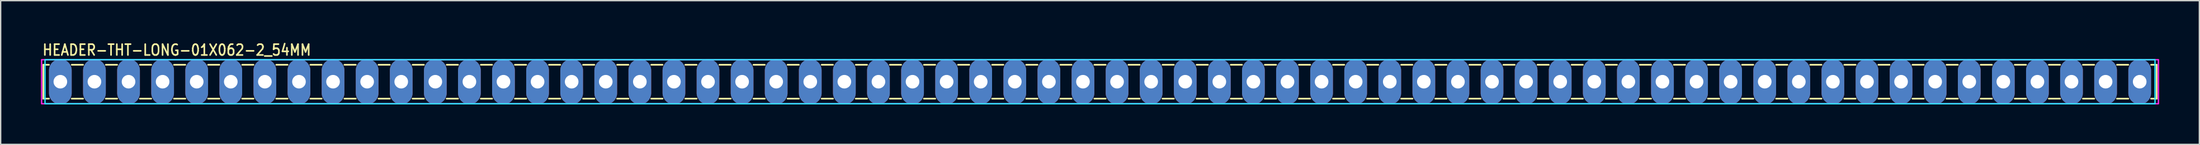
<source format=kicad_pcb>
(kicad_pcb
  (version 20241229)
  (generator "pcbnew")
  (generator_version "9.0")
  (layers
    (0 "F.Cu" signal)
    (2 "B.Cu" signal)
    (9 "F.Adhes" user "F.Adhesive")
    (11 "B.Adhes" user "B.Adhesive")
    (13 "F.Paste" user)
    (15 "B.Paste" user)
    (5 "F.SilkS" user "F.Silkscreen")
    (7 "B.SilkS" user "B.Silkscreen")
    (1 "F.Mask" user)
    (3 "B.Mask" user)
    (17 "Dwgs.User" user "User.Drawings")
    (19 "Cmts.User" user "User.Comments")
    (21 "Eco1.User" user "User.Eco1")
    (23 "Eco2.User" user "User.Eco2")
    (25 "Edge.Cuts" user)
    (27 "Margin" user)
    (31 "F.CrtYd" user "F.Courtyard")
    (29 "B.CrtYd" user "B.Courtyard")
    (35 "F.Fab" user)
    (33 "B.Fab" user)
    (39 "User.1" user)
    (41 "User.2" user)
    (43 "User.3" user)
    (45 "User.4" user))
  (footprint "HEADER-THT-LONG-01X062-2_54MM"
    (layer "F.Cu")
    (at 1.447 3.079)
    (property "Reference" "HEADER-THT-LONG-01X062-2_54MM" (at -1.4 -1.9 0) (unlocked yes) (layer "F.SilkS") (effects (font (size 0.813 0.695) (thickness 0.122)) (justify left bottom)))
    (fp_line (start -1.27 -1.27) (end -1.27 1.27) (stroke (width 0.127) (type solid)) (layer "F.SilkS"))
    (fp_line (start -1.27 1.27) (end -0.85 1.27) (stroke (width 0.127) (type solid)) (layer "F.SilkS"))
    (fp_line (start -0.85 -1.27) (end -1.27 -1.27) (stroke (width 0.127) (type solid)) (layer "F.SilkS"))
    (fp_line (start 0.85 -1.27) (end 1.69 -1.27) (stroke (width 0.127) (type solid)) (layer "F.SilkS"))
    (fp_line (start 0.85 1.27) (end 1.69 1.27) (stroke (width 0.127) (type solid)) (layer "F.SilkS"))
    (fp_line (start 3.39 -1.27) (end 4.23 -1.27) (stroke (width 0.127) (type solid)) (layer "F.SilkS"))
    (fp_line (start 3.39 1.27) (end 4.23 1.27) (stroke (width 0.127) (type solid)) (layer "F.SilkS"))
    (fp_line (start 5.93 -1.27) (end 6.77 -1.27) (stroke (width 0.127) (type solid)) (layer "F.SilkS"))
    (fp_line (start 5.93 1.27) (end 6.77 1.27) (stroke (width 0.127) (type solid)) (layer "F.SilkS"))
    (fp_line (start 8.47 -1.27) (end 9.31 -1.27) (stroke (width 0.127) (type solid)) (layer "F.SilkS"))
    (fp_line (start 8.47 1.27) (end 9.31 1.27) (stroke (width 0.127) (type solid)) (layer "F.SilkS"))
    (fp_line (start 11.01 -1.27) (end 11.85 -1.27) (stroke (width 0.127) (type solid)) (layer "F.SilkS"))
    (fp_line (start 11.01 1.27) (end 11.85 1.27) (stroke (width 0.127) (type solid)) (layer "F.SilkS"))
    (fp_line (start 13.55 -1.27) (end 14.39 -1.27) (stroke (width 0.127) (type solid)) (layer "F.SilkS"))
    (fp_line (start 13.55 1.27) (end 14.39 1.27) (stroke (width 0.127) (type solid)) (layer "F.SilkS"))
    (fp_line (start 16.09 -1.27) (end 16.93 -1.27) (stroke (width 0.127) (type solid)) (layer "F.SilkS"))
    (fp_line (start 16.09 1.27) (end 16.93 1.27) (stroke (width 0.127) (type solid)) (layer "F.SilkS"))
    (fp_line (start 18.63 -1.27) (end 19.47 -1.27) (stroke (width 0.127) (type solid)) (layer "F.SilkS"))
    (fp_line (start 18.63 1.27) (end 19.47 1.27) (stroke (width 0.127) (type solid)) (layer "F.SilkS"))
    (fp_line (start 21.17 -1.27) (end 22.01 -1.27) (stroke (width 0.127) (type solid)) (layer "F.SilkS"))
    (fp_line (start 21.17 1.27) (end 22.01 1.27) (stroke (width 0.127) (type solid)) (layer "F.SilkS"))
    (fp_line (start 23.71 -1.27) (end 24.55 -1.27) (stroke (width 0.127) (type solid)) (layer "F.SilkS"))
    (fp_line (start 23.71 1.27) (end 24.55 1.27) (stroke (width 0.127) (type solid)) (layer "F.SilkS"))
    (fp_line (start 26.25 -1.27) (end 27.09 -1.27) (stroke (width 0.127) (type solid)) (layer "F.SilkS"))
    (fp_line (start 26.25 1.27) (end 27.09 1.27) (stroke (width 0.127) (type solid)) (layer "F.SilkS"))
    (fp_line (start 28.79 -1.27) (end 29.63 -1.27) (stroke (width 0.127) (type solid)) (layer "F.SilkS"))
    (fp_line (start 28.79 1.27) (end 29.63 1.27) (stroke (width 0.127) (type solid)) (layer "F.SilkS"))
    (fp_line (start 31.33 -1.27) (end 32.17 -1.27) (stroke (width 0.127) (type solid)) (layer "F.SilkS"))
    (fp_line (start 31.33 1.27) (end 32.17 1.27) (stroke (width 0.127) (type solid)) (layer "F.SilkS"))
    (fp_line (start 33.87 -1.27) (end 34.71 -1.27) (stroke (width 0.127) (type solid)) (layer "F.SilkS"))
    (fp_line (start 33.87 1.27) (end 34.71 1.27) (stroke (width 0.127) (type solid)) (layer "F.SilkS"))
    (fp_line (start 36.41 -1.27) (end 37.25 -1.27) (stroke (width 0.127) (type solid)) (layer "F.SilkS"))
    (fp_line (start 36.41 1.27) (end 37.25 1.27) (stroke (width 0.127) (type solid)) (layer "F.SilkS"))
    (fp_line (start 38.95 -1.27) (end 39.79 -1.27) (stroke (width 0.127) (type solid)) (layer "F.SilkS"))
    (fp_line (start 38.95 1.27) (end 39.79 1.27) (stroke (width 0.127) (type solid)) (layer "F.SilkS"))
    (fp_line (start 41.49 -1.27) (end 42.33 -1.27) (stroke (width 0.127) (type solid)) (layer "F.SilkS"))
    (fp_line (start 41.49 1.27) (end 42.33 1.27) (stroke (width 0.127) (type solid)) (layer "F.SilkS"))
    (fp_line (start 44.03 -1.27) (end 44.87 -1.27) (stroke (width 0.127) (type solid)) (layer "F.SilkS"))
    (fp_line (start 44.03 1.27) (end 44.87 1.27) (stroke (width 0.127) (type solid)) (layer "F.SilkS"))
    (fp_line (start 46.57 -1.27) (end 47.41 -1.27) (stroke (width 0.127) (type solid)) (layer "F.SilkS"))
    (fp_line (start 46.57 1.27) (end 47.41 1.27) (stroke (width 0.127) (type solid)) (layer "F.SilkS"))
    (fp_line (start 49.11 -1.27) (end 49.95 -1.27) (stroke (width 0.127) (type solid)) (layer "F.SilkS"))
    (fp_line (start 49.11 1.27) (end 49.95 1.27) (stroke (width 0.127) (type solid)) (layer "F.SilkS"))
    (fp_line (start 51.65 -1.27) (end 52.49 -1.27) (stroke (width 0.127) (type solid)) (layer "F.SilkS"))
    (fp_line (start 51.65 1.27) (end 52.49 1.27) (stroke (width 0.127) (type solid)) (layer "F.SilkS"))
    (fp_line (start 54.19 -1.27) (end 55.03 -1.27) (stroke (width 0.127) (type solid)) (layer "F.SilkS"))
    (fp_line (start 54.19 1.27) (end 55.03 1.27) (stroke (width 0.127) (type solid)) (layer "F.SilkS"))
    (fp_line (start 56.73 -1.27) (end 57.57 -1.27) (stroke (width 0.127) (type solid)) (layer "F.SilkS"))
    (fp_line (start 56.73 1.27) (end 57.57 1.27) (stroke (width 0.127) (type solid)) (layer "F.SilkS"))
    (fp_line (start 59.27 -1.27) (end 60.11 -1.27) (stroke (width 0.127) (type solid)) (layer "F.SilkS"))
    (fp_line (start 59.27 1.27) (end 60.11 1.27) (stroke (width 0.127) (type solid)) (layer "F.SilkS"))
    (fp_line (start 61.81 -1.27) (end 62.65 -1.27) (stroke (width 0.127) (type solid)) (layer "F.SilkS"))
    (fp_line (start 61.81 1.27) (end 62.65 1.27) (stroke (width 0.127) (type solid)) (layer "F.SilkS"))
    (fp_line (start 64.35 -1.27) (end 65.19 -1.27) (stroke (width 0.127) (type solid)) (layer "F.SilkS"))
    (fp_line (start 64.35 1.27) (end 65.19 1.27) (stroke (width 0.127) (type solid)) (layer "F.SilkS"))
    (fp_line (start 66.89 -1.27) (end 67.73 -1.27) (stroke (width 0.127) (type solid)) (layer "F.SilkS"))
    (fp_line (start 66.89 1.27) (end 67.73 1.27) (stroke (width 0.127) (type solid)) (layer "F.SilkS"))
    (fp_line (start 69.43 -1.27) (end 70.27 -1.27) (stroke (width 0.127) (type solid)) (layer "F.SilkS"))
    (fp_line (start 69.43 1.27) (end 70.27 1.27) (stroke (width 0.127) (type solid)) (layer "F.SilkS"))
    (fp_line (start 71.97 -1.27) (end 72.81 -1.27) (stroke (width 0.127) (type solid)) (layer "F.SilkS"))
    (fp_line (start 71.97 1.27) (end 72.81 1.27) (stroke (width 0.127) (type solid)) (layer "F.SilkS"))
    (fp_line (start 74.51 -1.27) (end 75.35 -1.27) (stroke (width 0.127) (type solid)) (layer "F.SilkS"))
    (fp_line (start 74.51 1.27) (end 75.35 1.27) (stroke (width 0.127) (type solid)) (layer "F.SilkS"))
    (fp_line (start 77.05 -1.27) (end 77.89 -1.27) (stroke (width 0.127) (type solid)) (layer "F.SilkS"))
    (fp_line (start 77.05 1.27) (end 77.89 1.27) (stroke (width 0.127) (type solid)) (layer "F.SilkS"))
    (fp_line (start 79.59 -1.27) (end 80.43 -1.27) (stroke (width 0.127) (type solid)) (layer "F.SilkS"))
    (fp_line (start 79.59 1.27) (end 80.43 1.27) (stroke (width 0.127) (type solid)) (layer "F.SilkS"))
    (fp_line (start 82.13 -1.27) (end 82.97 -1.27) (stroke (width 0.127) (type solid)) (layer "F.SilkS"))
    (fp_line (start 82.13 1.27) (end 82.97 1.27) (stroke (width 0.127) (type solid)) (layer "F.SilkS"))
    (fp_line (start 84.67 -1.27) (end 85.51 -1.27) (stroke (width 0.127) (type solid)) (layer "F.SilkS"))
    (fp_line (start 84.67 1.27) (end 85.51 1.27) (stroke (width 0.127) (type solid)) (layer "F.SilkS"))
    (fp_line (start 87.21 -1.27) (end 88.05 -1.27) (stroke (width 0.127) (type solid)) (layer "F.SilkS"))
    (fp_line (start 87.21 1.27) (end 88.05 1.27) (stroke (width 0.127) (type solid)) (layer "F.SilkS"))
    (fp_line (start 89.75 -1.27) (end 90.59 -1.27) (stroke (width 0.127) (type solid)) (layer "F.SilkS"))
    (fp_line (start 89.75 1.27) (end 90.59 1.27) (stroke (width 0.127) (type solid)) (layer "F.SilkS"))
    (fp_line (start 92.29 -1.27) (end 93.13 -1.27) (stroke (width 0.127) (type solid)) (layer "F.SilkS"))
    (fp_line (start 92.29 1.27) (end 93.13 1.27) (stroke (width 0.127) (type solid)) (layer "F.SilkS"))
    (fp_line (start 94.83 -1.27) (end 95.67 -1.27) (stroke (width 0.127) (type solid)) (layer "F.SilkS"))
    (fp_line (start 94.83 1.27) (end 95.67 1.27) (stroke (width 0.127) (type solid)) (layer "F.SilkS"))
    (fp_line (start 97.37 -1.27) (end 98.21 -1.27) (stroke (width 0.127) (type solid)) (layer "F.SilkS"))
    (fp_line (start 97.37 1.27) (end 98.21 1.27) (stroke (width 0.127) (type solid)) (layer "F.SilkS"))
    (fp_line (start 99.91 -1.27) (end 100.75 -1.27) (stroke (width 0.127) (type solid)) (layer "F.SilkS"))
    (fp_line (start 99.91 1.27) (end 100.75 1.27) (stroke (width 0.127) (type solid)) (layer "F.SilkS"))
    (fp_line (start 102.45 -1.27) (end 103.29 -1.27) (stroke (width 0.127) (type solid)) (layer "F.SilkS"))
    (fp_line (start 102.45 1.27) (end 103.29 1.27) (stroke (width 0.127) (type solid)) (layer "F.SilkS"))
    (fp_line (start 104.99 -1.27) (end 105.83 -1.27) (stroke (width 0.127) (type solid)) (layer "F.SilkS"))
    (fp_line (start 104.99 1.27) (end 105.83 1.27) (stroke (width 0.127) (type solid)) (layer "F.SilkS"))
    (fp_line (start 107.53 -1.27) (end 108.37 -1.27) (stroke (width 0.127) (type solid)) (layer "F.SilkS"))
    (fp_line (start 107.53 1.27) (end 108.37 1.27) (stroke (width 0.127) (type solid)) (layer "F.SilkS"))
    (fp_line (start 110.07 -1.27) (end 110.91 -1.27) (stroke (width 0.127) (type solid)) (layer "F.SilkS"))
    (fp_line (start 110.07 1.27) (end 110.91 1.27) (stroke (width 0.127) (type solid)) (layer "F.SilkS"))
    (fp_line (start 112.61 -1.27) (end 113.45 -1.27) (stroke (width 0.127) (type solid)) (layer "F.SilkS"))
    (fp_line (start 112.61 1.27) (end 113.45 1.27) (stroke (width 0.127) (type solid)) (layer "F.SilkS"))
    (fp_line (start 115.15 -1.27) (end 115.99 -1.27) (stroke (width 0.127) (type solid)) (layer "F.SilkS"))
    (fp_line (start 115.15 1.27) (end 115.99 1.27) (stroke (width 0.127) (type solid)) (layer "F.SilkS"))
    (fp_line (start 117.69 -1.27) (end 118.53 -1.27) (stroke (width 0.127) (type solid)) (layer "F.SilkS"))
    (fp_line (start 117.69 1.27) (end 118.53 1.27) (stroke (width 0.127) (type solid)) (layer "F.SilkS"))
    (fp_line (start 120.23 -1.27) (end 121.07 -1.27) (stroke (width 0.127) (type solid)) (layer "F.SilkS"))
    (fp_line (start 120.23 1.27) (end 121.07 1.27) (stroke (width 0.127) (type solid)) (layer "F.SilkS"))
    (fp_line (start 122.77 -1.27) (end 123.61 -1.27) (stroke (width 0.127) (type solid)) (layer "F.SilkS"))
    (fp_line (start 122.77 1.27) (end 123.61 1.27) (stroke (width 0.127) (type solid)) (layer "F.SilkS"))
    (fp_line (start 125.31 -1.27) (end 126.15 -1.27) (stroke (width 0.127) (type solid)) (layer "F.SilkS"))
    (fp_line (start 125.31 1.27) (end 126.15 1.27) (stroke (width 0.127) (type solid)) (layer "F.SilkS"))
    (fp_line (start 127.85 -1.27) (end 128.69 -1.27) (stroke (width 0.127) (type solid)) (layer "F.SilkS"))
    (fp_line (start 127.85 1.27) (end 128.69 1.27) (stroke (width 0.127) (type solid)) (layer "F.SilkS"))
    (fp_line (start 130.39 -1.27) (end 131.23 -1.27) (stroke (width 0.127) (type solid)) (layer "F.SilkS"))
    (fp_line (start 130.39 1.27) (end 131.23 1.27) (stroke (width 0.127) (type solid)) (layer "F.SilkS"))
    (fp_line (start 132.93 -1.27) (end 133.77 -1.27) (stroke (width 0.127) (type solid)) (layer "F.SilkS"))
    (fp_line (start 132.93 1.27) (end 133.77 1.27) (stroke (width 0.127) (type solid)) (layer "F.SilkS"))
    (fp_line (start 135.47 -1.27) (end 136.31 -1.27) (stroke (width 0.127) (type solid)) (layer "F.SilkS"))
    (fp_line (start 135.47 1.27) (end 136.31 1.27) (stroke (width 0.127) (type solid)) (layer "F.SilkS"))
    (fp_line (start 138.01 -1.27) (end 138.85 -1.27) (stroke (width 0.127) (type solid)) (layer "F.SilkS"))
    (fp_line (start 138.01 1.27) (end 138.85 1.27) (stroke (width 0.127) (type solid)) (layer "F.SilkS"))
    (fp_line (start 140.55 -1.27) (end 141.39 -1.27) (stroke (width 0.127) (type solid)) (layer "F.SilkS"))
    (fp_line (start 140.55 1.27) (end 141.39 1.27) (stroke (width 0.127) (type solid)) (layer "F.SilkS"))
    (fp_line (start 143.09 -1.27) (end 143.93 -1.27) (stroke (width 0.127) (type solid)) (layer "F.SilkS"))
    (fp_line (start 143.09 1.27) (end 143.93 1.27) (stroke (width 0.127) (type solid)) (layer "F.SilkS"))
    (fp_line (start 145.63 -1.27) (end 146.47 -1.27) (stroke (width 0.127) (type solid)) (layer "F.SilkS"))
    (fp_line (start 145.63 1.27) (end 146.47 1.27) (stroke (width 0.127) (type solid)) (layer "F.SilkS"))
    (fp_line (start 148.17 -1.27) (end 149.01 -1.27) (stroke (width 0.127) (type solid)) (layer "F.SilkS"))
    (fp_line (start 148.17 1.27) (end 149.01 1.27) (stroke (width 0.127) (type solid)) (layer "F.SilkS"))
    (fp_line (start 150.71 -1.27) (end 151.55 -1.27) (stroke (width 0.127) (type solid)) (layer "F.SilkS"))
    (fp_line (start 150.71 1.27) (end 151.55 1.27) (stroke (width 0.127) (type solid)) (layer "F.SilkS"))
    (fp_line (start 153.25 -1.27) (end 154.09 -1.27) (stroke (width 0.127) (type solid)) (layer "F.SilkS"))
    (fp_line (start 153.25 1.27) (end 154.09 1.27) (stroke (width 0.127) (type solid)) (layer "F.SilkS"))
    (fp_line (start 155.79 -1.27) (end 156.21 -1.27) (stroke (width 0.127) (type solid)) (layer "F.SilkS"))
    (fp_line (start 156.21 -1.27) (end 156.21 1.27) (stroke (width 0.127) (type solid)) (layer "F.SilkS"))
    (fp_line (start 156.21 1.27) (end 155.79 1.27) (stroke (width 0.127) (type solid)) (layer "F.SilkS"))
    (fp_poly (pts (xy -1.143 -1.651) (xy 156.083 -1.651) (xy 156.083 1.651) (xy -1.143 1.651)) (stroke (width 0.1) (type solid)) (fill no) (layer "B.CrtYd"))
    (fp_poly (pts (xy -1.397 -1.651) (xy 156.337 -1.651) (xy 156.337 1.651) (xy -1.397 1.651)) (stroke (width 0.1) (type solid)) (fill no) (layer "F.CrtYd"))
    (pad "P$1" thru_hole oval (at 0 0 90) (size 3.387 1.693) (drill 1.016) (layers "*.Cu" "*.Mask"))
    (pad "P$2" thru_hole oval (at 2.54 0 90) (size 3.387 1.693) (drill 1.016) (layers "*.Cu" "*.Mask"))
    (pad "P$3" thru_hole oval (at 5.08 0 90) (size 3.387 1.693) (drill 1.016) (layers "*.Cu" "*.Mask"))
    (pad "P$4" thru_hole oval (at 7.62 0 90) (size 3.387 1.693) (drill 1.016) (layers "*.Cu" "*.Mask"))
    (pad "P$5" thru_hole oval (at 10.16 0 90) (size 3.387 1.693) (drill 1.016) (layers "*.Cu" "*.Mask"))
    (pad "P$6" thru_hole oval (at 12.7 0 90) (size 3.387 1.693) (drill 1.016) (layers "*.Cu" "*.Mask"))
    (pad "P$7" thru_hole oval (at 15.24 0 90) (size 3.387 1.693) (drill 1.016) (layers "*.Cu" "*.Mask"))
    (pad "P$8" thru_hole oval (at 17.78 0 90) (size 3.387 1.693) (drill 1.016) (layers "*.Cu" "*.Mask"))
    (pad "P$9" thru_hole oval (at 20.32 0 90) (size 3.387 1.693) (drill 1.016) (layers "*.Cu" "*.Mask"))
    (pad "P$10" thru_hole oval (at 22.86 0 90) (size 3.387 1.693) (drill 1.016) (layers "*.Cu" "*.Mask"))
    (pad "P$11" thru_hole oval (at 25.4 0 90) (size 3.387 1.693) (drill 1.016) (layers "*.Cu" "*.Mask"))
    (pad "P$12" thru_hole oval (at 27.94 0 90) (size 3.387 1.693) (drill 1.016) (layers "*.Cu" "*.Mask"))
    (pad "P$13" thru_hole oval (at 30.48 0 90) (size 3.387 1.693) (drill 1.016) (layers "*.Cu" "*.Mask"))
    (pad "P$14" thru_hole oval (at 33.02 0 90) (size 3.387 1.693) (drill 1.016) (layers "*.Cu" "*.Mask"))
    (pad "P$15" thru_hole oval (at 35.56 0 90) (size 3.387 1.693) (drill 1.016) (layers "*.Cu" "*.Mask"))
    (pad "P$16" thru_hole oval (at 38.1 0 90) (size 3.387 1.693) (drill 1.016) (layers "*.Cu" "*.Mask"))
    (pad "P$17" thru_hole oval (at 40.64 0 90) (size 3.387 1.693) (drill 1.016) (layers "*.Cu" "*.Mask"))
    (pad "P$18" thru_hole oval (at 43.18 0 90) (size 3.387 1.693) (drill 1.016) (layers "*.Cu" "*.Mask"))
    (pad "P$19" thru_hole oval (at 45.72 0 90) (size 3.387 1.693) (drill 1.016) (layers "*.Cu" "*.Mask"))
    (pad "P$20" thru_hole oval (at 48.26 0 90) (size 3.387 1.693) (drill 1.016) (layers "*.Cu" "*.Mask"))
    (pad "P$21" thru_hole oval (at 50.8 0 90) (size 3.387 1.693) (drill 1.016) (layers "*.Cu" "*.Mask"))
    (pad "P$22" thru_hole oval (at 53.34 0 90) (size 3.387 1.693) (drill 1.016) (layers "*.Cu" "*.Mask"))
    (pad "P$23" thru_hole oval (at 55.88 0 90) (size 3.387 1.693) (drill 1.016) (layers "*.Cu" "*.Mask"))
    (pad "P$24" thru_hole oval (at 58.42 0 90) (size 3.387 1.693) (drill 1.016) (layers "*.Cu" "*.Mask"))
    (pad "P$25" thru_hole oval (at 60.96 0 90) (size 3.387 1.693) (drill 1.016) (layers "*.Cu" "*.Mask"))
    (pad "P$26" thru_hole oval (at 63.5 0 90) (size 3.387 1.693) (drill 1.016) (layers "*.Cu" "*.Mask"))
    (pad "P$27" thru_hole oval (at 66.04 0 90) (size 3.387 1.693) (drill 1.016) (layers "*.Cu" "*.Mask"))
    (pad "P$28" thru_hole oval (at 68.58 0 90) (size 3.387 1.693) (drill 1.016) (layers "*.Cu" "*.Mask"))
    (pad "P$29" thru_hole oval (at 71.12 0 90) (size 3.387 1.693) (drill 1.016) (layers "*.Cu" "*.Mask"))
    (pad "P$30" thru_hole oval (at 73.66 0 90) (size 3.387 1.693) (drill 1.016) (layers "*.Cu" "*.Mask"))
    (pad "P$31" thru_hole oval (at 76.2 0 90) (size 3.387 1.693) (drill 1.016) (layers "*.Cu" "*.Mask"))
    (pad "P$32" thru_hole oval (at 78.74 0 90) (size 3.387 1.693) (drill 1.016) (layers "*.Cu" "*.Mask"))
    (pad "P$33" thru_hole oval (at 81.28 0 90) (size 3.387 1.693) (drill 1.016) (layers "*.Cu" "*.Mask"))
    (pad "P$34" thru_hole oval (at 83.82 0 90) (size 3.387 1.693) (drill 1.016) (layers "*.Cu" "*.Mask"))
    (pad "P$35" thru_hole oval (at 86.36 0 90) (size 3.387 1.693) (drill 1.016) (layers "*.Cu" "*.Mask"))
    (pad "P$36" thru_hole oval (at 88.9 0 90) (size 3.387 1.693) (drill 1.016) (layers "*.Cu" "*.Mask"))
    (pad "P$37" thru_hole oval (at 91.44 0 90) (size 3.387 1.693) (drill 1.016) (layers "*.Cu" "*.Mask"))
    (pad "P$38" thru_hole oval (at 93.98 0 90) (size 3.387 1.693) (drill 1.016) (layers "*.Cu" "*.Mask"))
    (pad "P$39" thru_hole oval (at 96.52 0 90) (size 3.387 1.693) (drill 1.016) (layers "*.Cu" "*.Mask"))
    (pad "P$40" thru_hole oval (at 99.06 0 90) (size 3.387 1.693) (drill 1.016) (layers "*.Cu" "*.Mask"))
    (pad "P$41" thru_hole oval (at 101.6 0 90) (size 3.387 1.693) (drill 1.016) (layers "*.Cu" "*.Mask"))
    (pad "P$42" thru_hole oval (at 104.14 0 90) (size 3.387 1.693) (drill 1.016) (layers "*.Cu" "*.Mask"))
    (pad "P$43" thru_hole oval (at 106.68 0 90) (size 3.387 1.693) (drill 1.016) (layers "*.Cu" "*.Mask"))
    (pad "P$44" thru_hole oval (at 109.22 0 90) (size 3.387 1.693) (drill 1.016) (layers "*.Cu" "*.Mask"))
    (pad "P$45" thru_hole oval (at 111.76 0 90) (size 3.387 1.693) (drill 1.016) (layers "*.Cu" "*.Mask"))
    (pad "P$46" thru_hole oval (at 114.3 0 90) (size 3.387 1.693) (drill 1.016) (layers "*.Cu" "*.Mask"))
    (pad "P$47" thru_hole oval (at 116.84 0 90) (size 3.387 1.693) (drill 1.016) (layers "*.Cu" "*.Mask"))
    (pad "P$48" thru_hole oval (at 119.38 0 90) (size 3.387 1.693) (drill 1.016) (layers "*.Cu" "*.Mask"))
    (pad "P$49" thru_hole oval (at 121.92 0 90) (size 3.387 1.693) (drill 1.016) (layers "*.Cu" "*.Mask"))
    (pad "P$50" thru_hole oval (at 124.46 0 90) (size 3.387 1.693) (drill 1.016) (layers "*.Cu" "*.Mask"))
    (pad "P$51" thru_hole oval (at 127 0 90) (size 3.387 1.693) (drill 1.016) (layers "*.Cu" "*.Mask"))
    (pad "P$52" thru_hole oval (at 129.54 0 90) (size 3.387 1.693) (drill 1.016) (layers "*.Cu" "*.Mask"))
    (pad "P$53" thru_hole oval (at 132.08 0 90) (size 3.387 1.693) (drill 1.016) (layers "*.Cu" "*.Mask"))
    (pad "P$54" thru_hole oval (at 134.62 0 90) (size 3.387 1.693) (drill 1.016) (layers "*.Cu" "*.Mask"))
    (pad "P$55" thru_hole oval (at 137.16 0 90) (size 3.387 1.693) (drill 1.016) (layers "*.Cu" "*.Mask"))
    (pad "P$56" thru_hole oval (at 139.7 0 90) (size 3.387 1.693) (drill 1.016) (layers "*.Cu" "*.Mask"))
    (pad "P$57" thru_hole oval (at 142.24 0 90) (size 3.387 1.693) (drill 1.016) (layers "*.Cu" "*.Mask"))
    (pad "P$58" thru_hole oval (at 144.78 0 90) (size 3.387 1.693) (drill 1.016) (layers "*.Cu" "*.Mask"))
    (pad "P$59" thru_hole oval (at 147.32 0 90) (size 3.387 1.693) (drill 1.016) (layers "*.Cu" "*.Mask"))
    (pad "P$60" thru_hole oval (at 149.86 0 90) (size 3.387 1.693) (drill 1.016) (layers "*.Cu" "*.Mask"))
    (pad "P$61" thru_hole oval (at 152.4 0 90) (size 3.387 1.693) (drill 1.016) (layers "*.Cu" "*.Mask"))
    (pad "P$62" thru_hole oval (at 154.94 0 90) (size 3.387 1.693) (drill 1.016) (layers "*.Cu" "*.Mask")))
  (gr_rect
    (start -3 -3)
    (end 160.834 7.78)
    (stroke (width 0.1) (type default))
    (fill no)
    (layer "Edge.Cuts")))
</source>
